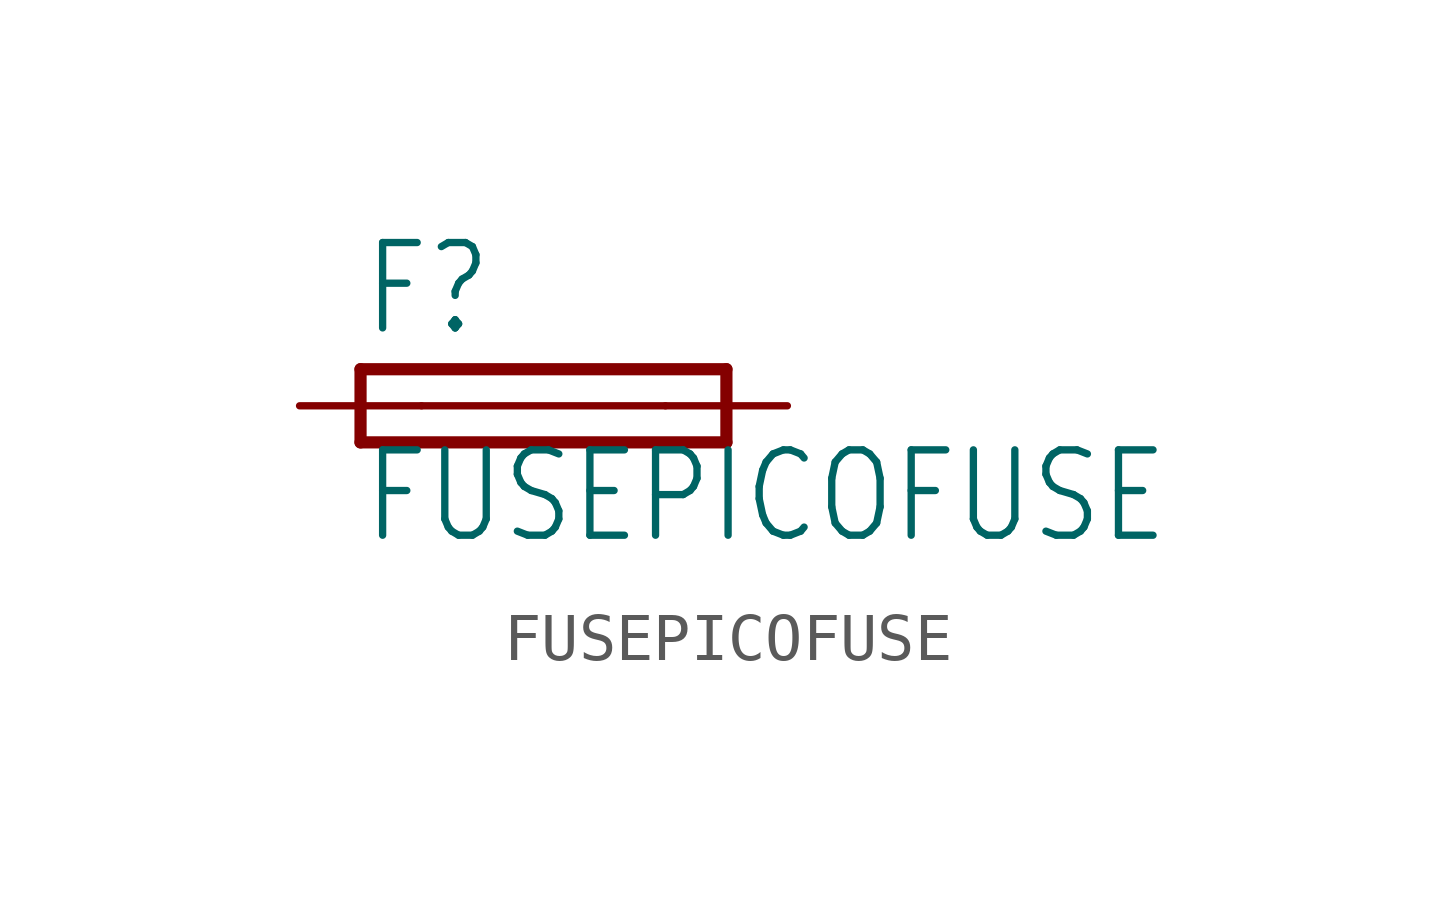
<source format=kicad_sym>
(kicad_symbol_lib
  (version 20200126)
  (host kicad_symbol_editor "5.99.0-unknown-aa7ce74~88~ubuntu18.04.1")
  (symbol "FUSEPICOFUSE"
    (property "Reference" "F"
      (at -3.81 1.397 0)
      (effects (font (size 1.778 1.511)) (justify left bottom)))
    (property "Value" "FUSEPICOFUSE"
      (at -3.81 -2.921 0)
      (effects (font (size 1.778 1.511)) (justify left bottom)))
    (property "ki_locked" ""
      (at 0 0 0)
      (effects (font (size 1.27 1.27))))
    (symbol "FUSEPICOFUSE_1_0"
      (polyline (pts (xy -3.81 -0.762) (xy 3.81 -0.762)) (stroke (width 0.254)) (fill (type none)))
      (polyline (pts (xy 3.81 0.762) (xy -3.81 0.762)) (stroke (width 0.254)) (fill (type none)))
      (polyline (pts (xy 3.81 -0.762) (xy 3.81 0.762)) (stroke (width 0.254)) (fill (type none)))
      (polyline (pts (xy -3.81 0.762) (xy -3.81 -0.762)) (stroke (width 0.254)) (fill (type none)))
      (polyline (pts (xy -2.54 0) (xy 2.54 0)) (stroke (width 0.152)) (fill (type none)))
      (pin passive line (at 5.08 0 180) (length 2.54) (name "2" (effects (font (size 0 0)))) (number "2" (effects (font (size 0 0)))))
      (pin passive line (at -5.08 0 0) (length 2.54) (name "1" (effects (font (size 0 0)))) (number "1" (effects (font (size 0 0))))))))
</source>
